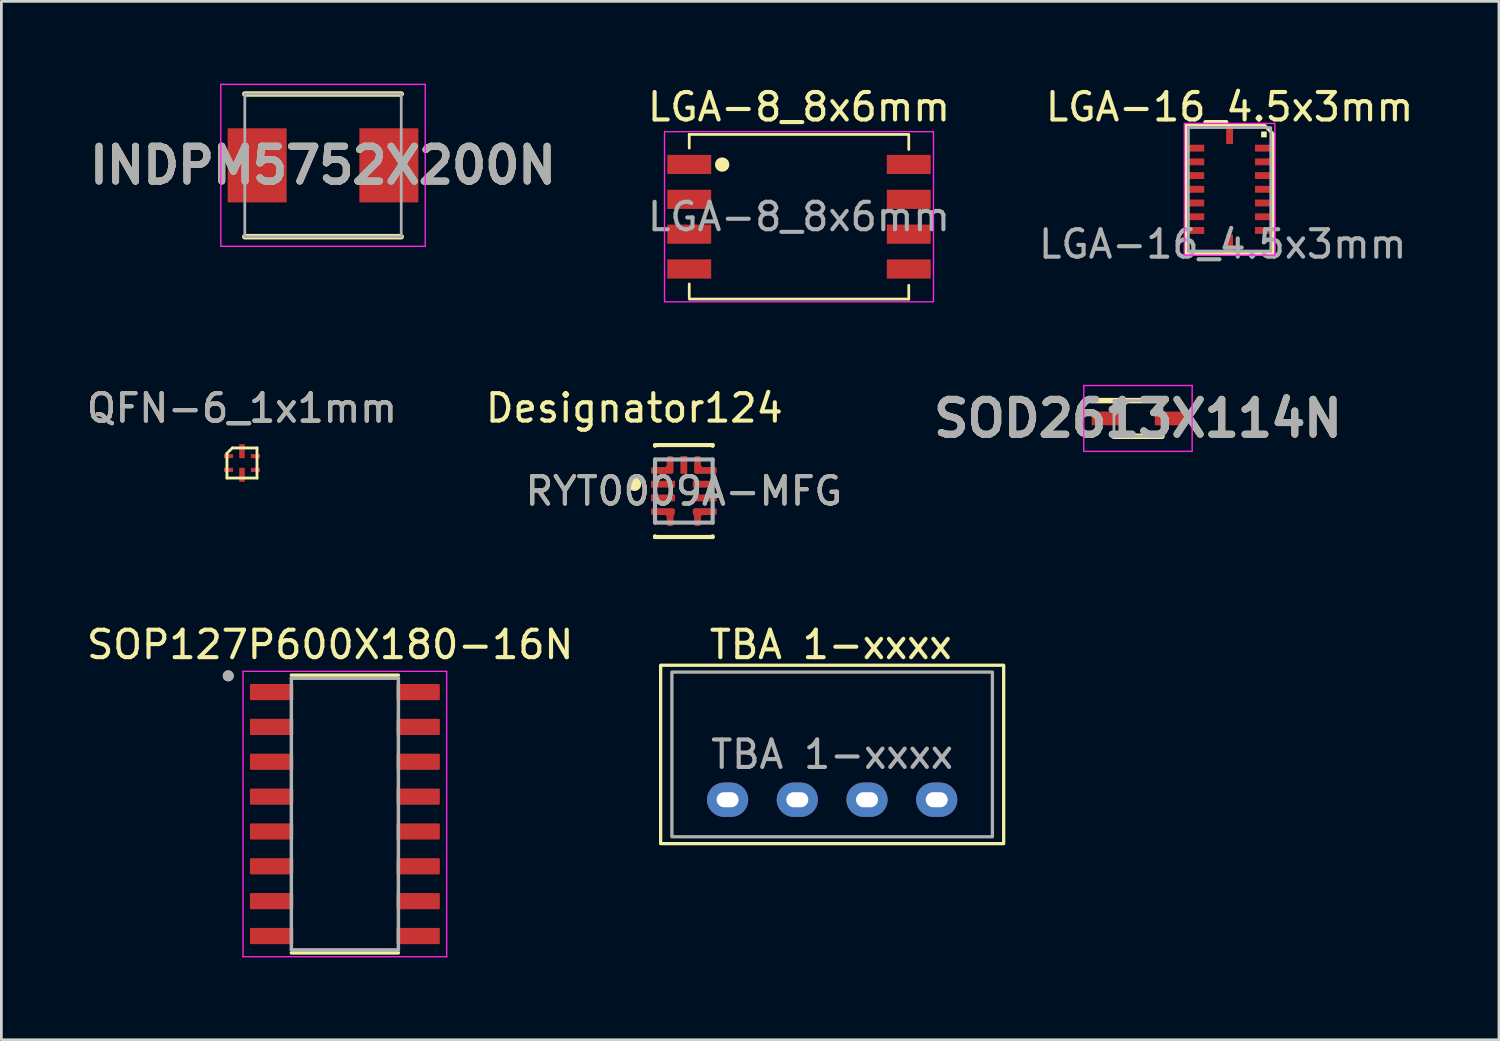
<source format=kicad_pcb>
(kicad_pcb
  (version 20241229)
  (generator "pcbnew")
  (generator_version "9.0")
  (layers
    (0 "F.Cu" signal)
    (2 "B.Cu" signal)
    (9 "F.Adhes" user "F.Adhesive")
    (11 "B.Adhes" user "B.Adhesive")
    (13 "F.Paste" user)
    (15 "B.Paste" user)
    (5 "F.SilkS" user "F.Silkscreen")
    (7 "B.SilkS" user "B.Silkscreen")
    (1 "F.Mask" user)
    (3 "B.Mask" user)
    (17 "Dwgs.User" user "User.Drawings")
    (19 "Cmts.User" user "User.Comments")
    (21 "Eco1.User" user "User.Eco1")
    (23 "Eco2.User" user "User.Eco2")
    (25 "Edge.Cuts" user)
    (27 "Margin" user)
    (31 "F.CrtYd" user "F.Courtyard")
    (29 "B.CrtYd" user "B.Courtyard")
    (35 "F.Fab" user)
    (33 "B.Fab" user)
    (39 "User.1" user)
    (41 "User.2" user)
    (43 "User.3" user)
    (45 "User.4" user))
  (footprint "LGA-8_8x6mm"
    (layer "F.Cu")
    (at 26.066 4.848)
    (property "Reference" "LGA-8_8x6mm" (at 0 -4 0) (unlocked yes) (layer "F.SilkS") (effects (font (size 1 1) (thickness 0.15))))
    (attr smd)
    (fp_line (start -4 -3) (end 4 -3) (stroke (width 0.1) (type solid)) (layer "F.SilkS"))
    (fp_line (start -4 -2.5) (end -4 -3) (stroke (width 0.1) (type solid)) (layer "F.SilkS"))
    (fp_line (start -4 2.95) (end -4 2.45) (stroke (width 0.1) (type solid)) (layer "F.SilkS"))
    (fp_line (start 4 -2.45) (end 4 -2.95) (stroke (width 0.1) (type solid)) (layer "F.SilkS"))
    (fp_line (start 4 3) (end -4 3) (stroke (width 0.1) (type solid)) (layer "F.SilkS"))
    (fp_line (start 4 3) (end 4 2.5) (stroke (width 0.1) (type solid)) (layer "F.SilkS"))
    (fp_circle (center -2.8 -1.9) (end -2.6 -1.9) (stroke (width 0.12) (type solid)) (fill yes) (layer "F.SilkS"))
    (fp_rect (start -4.9 -3.1) (end 4.9 3.1) (stroke (width 0.05) (type solid)) (fill no) (layer "F.CrtYd"))
    (fp_text user "${REFERENCE}" (at 0 0 0) (unlocked yes) (layer "F.Fab") (effects (font (size 1 1) (thickness 0.15))))
    (pad "1" smd rect (at -4 -1.905) (size 1.6 0.7) (layers "F.Cu" "F.Mask" "F.Paste"))
    (pad "2" smd rect (at -4 -0.635) (size 1.6 0.7) (layers "F.Cu" "F.Mask" "F.Paste"))
    (pad "3" smd rect (at -4 0.635) (size 1.6 0.7) (layers "F.Cu" "F.Mask" "F.Paste"))
    (pad "4" smd rect (at -4 1.905) (size 1.6 0.7) (layers "F.Cu" "F.Mask" "F.Paste"))
    (pad "5" smd rect (at 4 1.905) (size 1.6 0.7) (layers "F.Cu" "F.Mask" "F.Paste"))
    (pad "6" smd rect (at 4 0.635) (size 1.6 0.7) (layers "F.Cu" "F.Mask" "F.Paste"))
    (pad "7" smd rect (at 4 -0.635) (size 1.6 0.7) (layers "F.Cu" "F.Mask" "F.Paste"))
    (pad "8" smd rect (at 4 -1.905) (size 1.6 0.7) (layers "F.Cu" "F.Mask" "F.Paste")))
  (footprint "SOD2613X114N"
    (layer "F.Cu")
    (at 38.418 12.198)
    (property "Reference" "SOD2613X114N" (at 0 0 0) (layer "F.SilkS") (effects (font (size 1.27 1.27) (thickness 0.254))))
    (attr smd)
    (fp_line (start -1.688 -0.65) (end 0.875 -0.65) (stroke (width 0.2) (type solid)) (layer "F.SilkS"))
    (fp_line (start -0.875 0.65) (end 0.875 0.65) (stroke (width 0.2) (type solid)) (layer "F.SilkS"))
    (fp_line (start -1.975 -1.2) (end 1.975 -1.2) (stroke (width 0.05) (type solid)) (layer "F.CrtYd"))
    (fp_line (start -1.975 1.2) (end -1.975 -1.2) (stroke (width 0.05) (type solid)) (layer "F.CrtYd"))
    (fp_line (start 1.975 -1.2) (end 1.975 1.2) (stroke (width 0.05) (type solid)) (layer "F.CrtYd"))
    (fp_line (start 1.975 1.2) (end -1.975 1.2) (stroke (width 0.05) (type solid)) (layer "F.CrtYd"))
    (fp_line (start -0.875 -0.65) (end 0.875 -0.65) (stroke (width 0.1) (type solid)) (layer "F.Fab"))
    (fp_line (start -0.875 -0.112) (end -0.338 -0.65) (stroke (width 0.1) (type solid)) (layer "F.Fab"))
    (fp_line (start -0.875 0.65) (end -0.875 -0.65) (stroke (width 0.1) (type solid)) (layer "F.Fab"))
    (fp_line (start 0.875 -0.65) (end 0.875 0.65) (stroke (width 0.1) (type solid)) (layer "F.Fab"))
    (fp_line (start 0.875 0.65) (end -0.875 0.65) (stroke (width 0.1) (type solid)) (layer "F.Fab"))
    (fp_text user "${REFERENCE}" (at 0 0 0) (layer "F.Fab") (effects (font (size 1.27 1.27) (thickness 0.254))))
    (pad "1" smd rect (at -1.15 0 90) (size 0.5 1.075) (layers "F.Cu" "F.Mask" "F.Paste"))
    (pad "2" smd rect (at 1.15 0 90) (size 0.5 1.075) (layers "F.Cu" "F.Mask" "F.Paste")))
  (footprint "QFN-6_1x1mm"
    (layer "F.Cu")
    (at 5.768 13.822)
    (property "Reference" "QFN-6_1x1mm" (at 0 -2 0) (unlocked yes) (layer "F.SilkS") (effects (font (size 1 1) (thickness 0.15))))
    (attr smd)
    (fp_line (start -0.55 0.55) (end -0.55 -0.35) (stroke (width 0.1) (type solid)) (layer "F.SilkS"))
    (fp_line (start -0.35 -0.55) (end -0.55 -0.35) (stroke (width 0.1) (type solid)) (layer "F.SilkS"))
    (fp_line (start -0.35 -0.55) (end 0.55 -0.55) (stroke (width 0.1) (type solid)) (layer "F.SilkS"))
    (fp_line (start 0.55 -0.55) (end 0.55 0.55) (stroke (width 0.1) (type solid)) (layer "F.SilkS"))
    (fp_line (start 0.55 0.55) (end -0.55 0.55) (stroke (width 0.1) (type solid)) (layer "F.SilkS"))
    (fp_rect (start -0.5 -0.5) (end 0.5 0.5) (stroke (width 0.01) (type solid)) (fill no) (layer "F.Fab"))
    (fp_text user "${REFERENCE}" (at 0 -2 0) (unlocked yes) (layer "F.Fab") (effects (font (size 1 1) (thickness 0.15))))
    (pad "1" smd rect (at -0.49 -0.25) (size 0.33 0.15) (layers "F.Cu" "F.Mask" "F.Paste"))
    (pad "2" smd rect (at -0.49 0.25) (size 0.33 0.15) (layers "F.Cu" "F.Mask" "F.Paste"))
    (pad "3" smd rect (at 0 0.43) (size 0.2 0.51) (layers "F.Cu" "F.Mask" "F.Paste"))
    (pad "4" smd rect (at 0.49 0.25) (size 0.33 0.15) (layers "F.Cu" "F.Mask" "F.Paste"))
    (pad "5" smd rect (at 0.49 -0.25) (size 0.33 0.15) (layers "F.Cu" "F.Mask" "F.Paste"))
    (pad "6" smd rect (at 0 -0.43) (size 0.2 0.51) (layers "F.Cu" "F.Mask" "F.Paste")))
  (footprint "SOP127P600X180-16N"
    (layer "F.Cu")
    (at 9.517 26.614)
    (property "Reference" "SOP127P600X180-16N" (at -0.535 -6.172 0) (layer "F.SilkS") (effects (font (size 1 1) (thickness 0.15))))
    (attr through_hole)
    (fp_line (start -1.95 -5.06) (end 1.95 -5.06) (stroke (width 0.127) (type solid)) (layer "F.SilkS"))
    (fp_line (start -1.95 5.06) (end 1.95 5.06) (stroke (width 0.127) (type solid)) (layer "F.SilkS"))
    (fp_circle (center -4.25 -5.035) (end -4.15 -5.035) (stroke (width 0.2) (type solid)) (fill no) (layer "F.SilkS"))
    (fp_line (start -3.71 -5.2) (end -3.71 5.2) (stroke (width 0.05) (type solid)) (layer "F.CrtYd"))
    (fp_line (start -3.71 -5.2) (end 3.71 -5.2) (stroke (width 0.05) (type solid)) (layer "F.CrtYd"))
    (fp_line (start -3.71 5.2) (end 3.71 5.2) (stroke (width 0.05) (type solid)) (layer "F.CrtYd"))
    (fp_line (start 3.71 -5.2) (end 3.71 5.2) (stroke (width 0.05) (type solid)) (layer "F.CrtYd"))
    (fp_line (start -1.95 -4.95) (end -1.95 4.95) (stroke (width 0.127) (type solid)) (layer "F.Fab"))
    (fp_line (start -1.95 -4.95) (end 1.95 -4.95) (stroke (width 0.127) (type solid)) (layer "F.Fab"))
    (fp_line (start -1.95 4.95) (end 1.95 4.95) (stroke (width 0.127) (type solid)) (layer "F.Fab"))
    (fp_line (start 1.95 -4.95) (end 1.95 4.95) (stroke (width 0.127) (type solid)) (layer "F.Fab"))
    (fp_circle (center -4.25 -5.035) (end -4.15 -5.035) (stroke (width 0.2) (type solid)) (fill no) (layer "F.Fab"))
    (pad "1" smd roundrect (at -2.67 -4.445) (size 1.58 0.59) (layers "F.Cu" "F.Mask" "F.Paste") (roundrect_rratio 0.07))
    (pad "2" smd roundrect (at -2.67 -3.175) (size 1.58 0.59) (layers "F.Cu" "F.Mask" "F.Paste") (roundrect_rratio 0.07))
    (pad "3" smd roundrect (at -2.67 -1.905) (size 1.58 0.59) (layers "F.Cu" "F.Mask" "F.Paste") (roundrect_rratio 0.07))
    (pad "4" smd roundrect (at -2.67 -0.635) (size 1.58 0.59) (layers "F.Cu" "F.Mask" "F.Paste") (roundrect_rratio 0.07))
    (pad "5" smd roundrect (at -2.67 0.635) (size 1.58 0.59) (layers "F.Cu" "F.Mask" "F.Paste") (roundrect_rratio 0.07))
    (pad "6" smd roundrect (at -2.67 1.905) (size 1.58 0.59) (layers "F.Cu" "F.Mask" "F.Paste") (roundrect_rratio 0.07))
    (pad "7" smd roundrect (at -2.67 3.175) (size 1.58 0.59) (layers "F.Cu" "F.Mask" "F.Paste") (roundrect_rratio 0.07))
    (pad "8" smd roundrect (at -2.67 4.445) (size 1.58 0.59) (layers "F.Cu" "F.Mask" "F.Paste") (roundrect_rratio 0.07))
    (pad "9" smd roundrect (at 2.67 4.445) (size 1.58 0.59) (layers "F.Cu" "F.Mask" "F.Paste") (roundrect_rratio 0.07))
    (pad "10" smd roundrect (at 2.67 3.175) (size 1.58 0.59) (layers "F.Cu" "F.Mask" "F.Paste") (roundrect_rratio 0.07))
    (pad "11" smd roundrect (at 2.67 1.905) (size 1.58 0.59) (layers "F.Cu" "F.Mask" "F.Paste") (roundrect_rratio 0.07))
    (pad "12" smd roundrect (at 2.67 0.635) (size 1.58 0.59) (layers "F.Cu" "F.Mask" "F.Paste") (roundrect_rratio 0.07))
    (pad "13" smd roundrect (at 2.67 -0.635) (size 1.58 0.59) (layers "F.Cu" "F.Mask" "F.Paste") (roundrect_rratio 0.07))
    (pad "14" smd roundrect (at 2.67 -1.905) (size 1.58 0.59) (layers "F.Cu" "F.Mask" "F.Paste") (roundrect_rratio 0.07))
    (pad "15" smd roundrect (at 2.67 -3.175) (size 1.58 0.59) (layers "F.Cu" "F.Mask" "F.Paste") (roundrect_rratio 0.07))
    (pad "16" smd roundrect (at 2.67 -4.445) (size 1.58 0.59) (layers "F.Cu" "F.Mask" "F.Paste") (roundrect_rratio 0.07)))
  (footprint "RYT0009A-MFG"
    (layer "F.Cu")
    (at 21.869 14.844)
    (property "Reference" "RYT0009A-MFG" (at 0 0 0) (unlocked yes) (layer "F.SilkS") (effects (font (size 1 1) (thickness 0.15))))
    (attr smd)
    (fp_poly (pts (xy -1.2 -0.825) (xy -1.15 -0.875) (xy -0.675 -0.875) (xy -0.625 -0.925) (xy -0.625 -1.225) (xy -0.575 -1.275) (xy -0.425 -1.275) (xy -0.375 -1.225) (xy -0.375 -0.675) (xy -0.425 -0.625) (xy -1.15 -0.625) (xy -1.2 -0.675)) (stroke (width 0) (type solid)) (fill yes) (layer "F.Cu"))
    (fp_poly (pts (xy 1.2 -0.825) (xy 1.15 -0.875) (xy 0.675 -0.875) (xy 0.625 -0.925) (xy 0.625 -1.225) (xy 0.575 -1.275) (xy 0.425 -1.275) (xy 0.375 -1.225) (xy 0.375 -0.675) (xy 0.425 -0.625) (xy 1.15 -0.625) (xy 1.2 -0.675)) (stroke (width 0) (type solid)) (fill yes) (layer "F.Cu"))
    (fp_poly (pts (xy -1.2 0.825) (xy -1.15 0.875) (xy -0.675 0.875) (xy -0.625 0.925) (xy -0.625 1.225) (xy -0.575 1.275) (xy -0.425 1.275) (xy -0.375 1.225) (xy -0.375 0.912) (xy -0.35 0.868) (xy -0.325 0.825) (xy -0.325 0.675) (xy -0.375 0.625) (xy -1.15 0.625) (xy -1.2 0.675)) (stroke (width 0) (type solid)) (fill yes) (layer "F.Cu"))
    (fp_poly (pts (xy 1.2 0.825) (xy 1.15 0.875) (xy 0.675 0.875) (xy 0.625 0.925) (xy 0.625 1.225) (xy 0.575 1.275) (xy 0.425 1.275) (xy 0.375 1.225) (xy 0.375 0.912) (xy 0.35 0.868) (xy 0.325 0.825) (xy 0.325 0.675) (xy 0.375 0.625) (xy 1.15 0.625) (xy 1.2 0.675)) (stroke (width 0) (type solid)) (fill yes) (layer "F.Cu"))
    (fp_poly (pts (xy -1.2 -0.825) (xy -1.15 -0.875) (xy -0.675 -0.875) (xy -0.625 -0.925) (xy -0.625 -1.225) (xy -0.575 -1.275) (xy -0.425 -1.275) (xy -0.375 -1.225) (xy -0.375 -0.675) (xy -0.425 -0.625) (xy -1.15 -0.625) (xy -1.2 -0.675)) (stroke (width 0) (type solid)) (fill yes) (layer "F.Mask"))
    (fp_poly (pts (xy 1.2 -0.825) (xy 1.2 -0.675) (xy 1.15 -0.625) (xy 0.425 -0.625) (xy 0.375 -0.675) (xy 0.375 -1.225) (xy 0.425 -1.275) (xy 0.575 -1.275) (xy 0.625 -1.225) (xy 0.625 -0.925) (xy 0.675 -0.875) (xy 1.15 -0.875)) (stroke (width 0) (type solid)) (fill yes) (layer "F.Mask"))
    (fp_poly (pts (xy -1.2 0.825) (xy -1.2 0.675) (xy -1.15 0.625) (xy -0.375 0.625) (xy -0.325 0.675) (xy -0.325 0.825) (xy -0.35 0.868) (xy -0.375 0.912) (xy -0.375 1.225) (xy -0.425 1.275) (xy -0.575 1.275) (xy -0.625 1.225) (xy -0.625 0.925) (xy -0.675 0.875) (xy -1.15 0.875)) (stroke (width 0) (type solid)) (fill yes) (layer "F.Mask"))
    (fp_poly (pts (xy 1.2 0.825) (xy 1.15 0.875) (xy 0.675 0.875) (xy 0.625 0.925) (xy 0.625 1.225) (xy 0.575 1.275) (xy 0.425 1.275) (xy 0.375 1.225) (xy 0.375 0.912) (xy 0.35 0.868) (xy 0.325 0.825) (xy 0.325 0.675) (xy 0.375 0.625) (xy 1.15 0.625) (xy 1.2 0.675)) (stroke (width 0) (type solid)) (fill yes) (layer "F.Mask"))
    (fp_line (start -1.05 -1.675) (end 1.05 -1.675) (stroke (width 0.15) (type solid)) (layer "F.SilkS"))
    (fp_line (start -1.05 -1.65) (end -1.05 -1.675) (stroke (width 0.15) (type solid)) (layer "F.SilkS"))
    (fp_line (start -1.05 1.675) (end -1.05 1.65) (stroke (width 0.15) (type solid)) (layer "F.SilkS"))
    (fp_line (start -1.05 1.675) (end 1.05 1.675) (stroke (width 0.15) (type solid)) (layer "F.SilkS"))
    (fp_line (start 1.05 -1.65) (end 1.05 -1.675) (stroke (width 0.15) (type solid)) (layer "F.SilkS"))
    (fp_line (start 1.05 1.675) (end 1.05 1.65) (stroke (width 0.15) (type solid)) (layer "F.SilkS"))
    (fp_circle (center -1.8 -0.25) (end -1.675 -0.25) (stroke (width 0.25) (type solid)) (fill no) (layer "F.SilkS"))
    (fp_poly (pts (xy -1.2 -0.825) (xy -1.15 -0.875) (xy -0.675 -0.875) (xy -0.625 -0.925) (xy -0.625 -1.225) (xy -0.575 -1.275) (xy -0.425 -1.275) (xy -0.375 -1.225) (xy -0.375 -0.675) (xy -0.425 -0.625) (xy -1.15 -0.625) (xy -1.2 -0.675)) (stroke (width 0) (type solid)) (fill yes) (layer "F.Paste"))
    (fp_poly (pts (xy 1.2 -0.825) (xy 1.2 -0.675) (xy 1.15 -0.625) (xy 0.425 -0.625) (xy 0.375 -0.675) (xy 0.375 -1.225) (xy 0.425 -1.275) (xy 0.575 -1.275) (xy 0.625 -1.225) (xy 0.625 -0.925) (xy 0.675 -0.875) (xy 1.15 -0.875)) (stroke (width 0) (type solid)) (fill yes) (layer "F.Paste"))
    (fp_poly (pts (xy -1.2 0.825) (xy -1.2 0.675) (xy -1.15 0.625) (xy -0.375 0.625) (xy -0.325 0.675) (xy -0.325 0.825) (xy -0.35 0.868) (xy -0.375 0.912) (xy -0.375 1.225) (xy -0.425 1.275) (xy -0.575 1.275) (xy -0.625 1.225) (xy -0.625 0.925) (xy -0.675 0.875) (xy -1.15 0.875)) (stroke (width 0) (type solid)) (fill yes) (layer "F.Paste"))
    (fp_poly (pts (xy 1.2 0.825) (xy 1.15 0.875) (xy 0.675 0.875) (xy 0.625 0.925) (xy 0.625 1.225) (xy 0.575 1.275) (xy 0.425 1.275) (xy 0.375 1.225) (xy 0.375 0.912) (xy 0.35 0.868) (xy 0.325 0.825) (xy 0.325 0.675) (xy 0.375 0.625) (xy 1.15 0.625) (xy 1.2 0.675)) (stroke (width 0) (type solid)) (fill yes) (layer "F.Paste"))
    (fp_line (start -1.05 -1.15) (end 1.05 -1.15) (stroke (width 0.15) (type solid)) (layer "F.Fab"))
    (fp_line (start -1.05 1.15) (end -1.05 -1.15) (stroke (width 0.15) (type solid)) (layer "F.Fab"))
    (fp_line (start -1.05 1.15) (end 1.05 1.15) (stroke (width 0.15) (type solid)) (layer "F.Fab"))
    (fp_line (start 1.05 1.15) (end 1.05 -1.15) (stroke (width 0.15) (type solid)) (layer "F.Fab"))
    (fp_text user "Designator124" (at -1.803 -3.023 0) (unlocked yes) (layer "F.SilkS") (effects (font (size 1 1) (thickness 0.15))))
    (fp_text user "${REFERENCE}" (at 0 0 0) (unlocked yes) (layer "F.Fab") (effects (font (size 1 1) (thickness 0.15))))
    (pad "1" smd rect (at -0.762 -0.25) (size 0.875 0.25) (layers "F.Cu" "F.Mask" "F.Paste"))
    (pad "2" smd rect (at -0.762 0.25) (size 0.875 0.25) (layers "F.Cu" "F.Mask" "F.Paste"))
    (pad "3" smd circle (at -0.509 0.828) (size 0.242 0.242) (layers "F.Cu" "F.Mask" "F.Paste"))
    (pad "4" smd circle (at 0.487 0.787) (size 0.278 0.278) (layers "F.Cu" "F.Mask" "F.Paste"))
    (pad "5" smd rect (at 0.762 0.25) (size 0.875 0.25) (layers "F.Cu" "F.Mask" "F.Paste"))
    (pad "6" smd rect (at 0.762 -0.25) (size 0.875 0.25) (layers "F.Cu" "F.Mask" "F.Paste"))
    (pad "7" smd circle (at 0.537 -0.787) (size 0.242 0.242) (layers "F.Cu" "F.Mask" "F.Paste"))
    (pad "8" smd rect (at 0 -0.95) (size 0.25 0.65) (layers "F.Cu" "F.Mask" "F.Paste"))
    (pad "9" smd circle (at -0.509 -0.828) (size 0.242 0.242) (layers "F.Cu" "F.Mask" "F.Paste")))
  (footprint "INDPM5752X200N"
    (layer "F.Cu")
    (at 8.721 2.975)
    (property "Reference" "INDPM5752X200N" (at 0 0 0) (layer "F.SilkS") (effects (font (size 1.27 1.27) (thickness 0.254))))
    (attr smd)
    (fp_line (start -2.85 2.6) (end 2.85 2.6) (stroke (width 0.2) (type solid)) (layer "F.SilkS"))
    (fp_line (start 2.85 -2.6) (end -2.85 -2.6) (stroke (width 0.2) (type solid)) (layer "F.SilkS"))
    (fp_line (start -3.725 -2.95) (end 3.725 -2.95) (stroke (width 0.05) (type solid)) (layer "F.CrtYd"))
    (fp_line (start -3.725 2.95) (end -3.725 -2.95) (stroke (width 0.05) (type solid)) (layer "F.CrtYd"))
    (fp_line (start 3.725 -2.95) (end 3.725 2.95) (stroke (width 0.05) (type solid)) (layer "F.CrtYd"))
    (fp_line (start 3.725 2.95) (end -3.725 2.95) (stroke (width 0.05) (type solid)) (layer "F.CrtYd"))
    (fp_line (start -2.85 -2.6) (end 2.85 -2.6) (stroke (width 0.1) (type solid)) (layer "F.Fab"))
    (fp_line (start -2.85 2.6) (end -2.85 -2.6) (stroke (width 0.1) (type solid)) (layer "F.Fab"))
    (fp_line (start 2.85 -2.6) (end 2.85 2.6) (stroke (width 0.1) (type solid)) (layer "F.Fab"))
    (fp_line (start 2.85 2.6) (end -2.85 2.6) (stroke (width 0.1) (type solid)) (layer "F.Fab"))
    (fp_text user "${REFERENCE}" (at 0 0 0) (layer "F.Fab") (effects (font (size 1.27 1.27) (thickness 0.254))))
    (pad "1" smd rect (at -2.4 0) (size 2.15 2.7) (layers "F.Cu" "F.Mask" "F.Paste"))
    (pad "2" smd rect (at 2.4 0) (size 2.15 2.7) (layers "F.Cu" "F.Mask" "F.Paste")))
  (footprint "LGA-16_4.5x3mm"
    (layer "F.Cu")
    (at 41.757 3.848)
    (property "Reference" "LGA-16_4.5x3mm" (at 0 -3 0) (unlocked yes) (layer "F.SilkS") (effects (font (size 1 1) (thickness 0.15))))
    (attr smd)
    (fp_line (start -1.6 -2.35) (end -1.6 2.35) (stroke (width 0.12) (type solid)) (layer "F.SilkS"))
    (fp_line (start -1.6 -2.35) (end 1.25 -2.35) (stroke (width 0.12) (type solid)) (layer "F.SilkS"))
    (fp_line (start -1.6 2.35) (end 1.6 2.35) (stroke (width 0.12) (type solid)) (layer "F.SilkS"))
    (fp_line (start 1.25 -2.35) (end 1.6 -2) (stroke (width 0.12) (type solid)) (layer "F.SilkS"))
    (fp_line (start 1.6 -2) (end 1.6 2.35) (stroke (width 0.12) (type solid)) (layer "F.SilkS"))
    (fp_rect (start 1.15 -2.1) (end 1.35 -1.9) (stroke (width 0.01) (type solid)) (fill yes) (layer "F.SilkS"))
    (fp_rect (start -1.65 -2.4) (end 1.65 2.4) (stroke (width 0.05) (type solid)) (fill no) (layer "F.CrtYd"))
    (fp_rect (start -1.5 -2.25) (end 1.5 2.25) (stroke (width 0.1) (type solid)) (fill no) (layer "F.Fab"))
    (fp_text user "${REFERENCE}" (at -0.25 2 0) (unlocked yes) (layer "F.Fab") (effects (font (size 1 1) (thickness 0.15))))
    (pad "1" smd rect (at 1.275 -1.5) (size 0.7 0.25) (layers "F.Cu" "F.Mask" "F.Paste"))
    (pad "2" smd rect (at 1.275 -1) (size 0.7 0.25) (layers "F.Cu" "F.Mask" "F.Paste"))
    (pad "3" smd rect (at 1.275 -0.5) (size 0.7 0.25) (layers "F.Cu" "F.Mask" "F.Paste"))
    (pad "4" smd rect (at 1.275 0) (size 0.7 0.25) (layers "F.Cu" "F.Mask" "F.Paste"))
    (pad "5" smd rect (at 1.275 0.5) (size 0.7 0.25) (layers "F.Cu" "F.Mask" "F.Paste"))
    (pad "6" smd rect (at 1.275 1) (size 0.7 0.25) (layers "F.Cu" "F.Mask" "F.Paste"))
    (pad "7" smd rect (at 1.275 1.5) (size 0.7 0.25) (layers "F.Cu" "F.Mask" "F.Paste"))
    (pad "8" smd rect (at 0 2 90) (size 0.7 0.25) (layers "F.Cu" "F.Mask" "F.Paste"))
    (pad "9" smd rect (at -1.275 1.5) (size 0.7 0.25) (layers "F.Cu" "F.Mask" "F.Paste"))
    (pad "10" smd rect (at -1.275 1) (size 0.7 0.25) (layers "F.Cu" "F.Mask" "F.Paste"))
    (pad "11" smd rect (at -1.275 0.5) (size 0.7 0.25) (layers "F.Cu" "F.Mask" "F.Paste"))
    (pad "12" smd rect (at -1.275 0) (size 0.7 0.25) (layers "F.Cu" "F.Mask" "F.Paste"))
    (pad "13" smd rect (at -1.275 -0.5) (size 0.7 0.25) (layers "F.Cu" "F.Mask" "F.Paste"))
    (pad "14" smd rect (at -1.275 -1) (size 0.7 0.25) (layers "F.Cu" "F.Mask" "F.Paste"))
    (pad "15" smd rect (at -1.275 -1.5) (size 0.7 0.25) (layers "F.Cu" "F.Mask" "F.Paste"))
    (pad "16" smd rect (at 0 -2 90) (size 0.7 0.25) (layers "F.Cu" "F.Mask" "F.Paste")))
  (footprint "TBA 1-xxxx"
    (layer "F.Cu")
    (at 27.274 24.442)
    (property "Reference" "TBA 1-xxxx" (at -0.05 -4 0) (unlocked yes) (layer "F.SilkS") (effects (font (size 1 1) (thickness 0.15))))
    (attr through_hole)
    (fp_rect (start -6.25 -3.25) (end 6.25 3.25) (stroke (width 0.12) (type solid)) (fill no) (layer "F.SilkS"))
    (fp_rect (start -5.84 -3) (end 5.84 3) (stroke (width 0.12) (type solid)) (fill no) (layer "F.Fab"))
    (fp_text user "${REFERENCE}" (at 0 0 0) (unlocked yes) (layer "F.Fab") (effects (font (size 1 1) (thickness 0.15))))
    (pad "1" thru_hole oval (at -3.81 1.65) (size 1.5 1.25) (drill oval 0.8 0.55) (layers "*.Cu" "*.Mask"))
    (pad "2" thru_hole oval (at -1.27 1.65) (size 1.5 1.25) (drill oval 0.8 0.55) (layers "*.Cu" "*.Mask"))
    (pad "3" thru_hole oval (at 1.27 1.65) (size 1.5 1.25) (drill oval 0.8 0.55) (layers "*.Cu" "*.Mask"))
    (pad "4" thru_hole oval (at 3.81 1.65) (size 1.5 1.25) (drill oval 0.8 0.55) (layers "*.Cu" "*.Mask")))
  (gr_rect
    (start -3 -3)
    (end 51.572 34.839)
    (stroke (width 0.1) (type default))
    (fill no)
    (layer "Edge.Cuts")))
</source>
